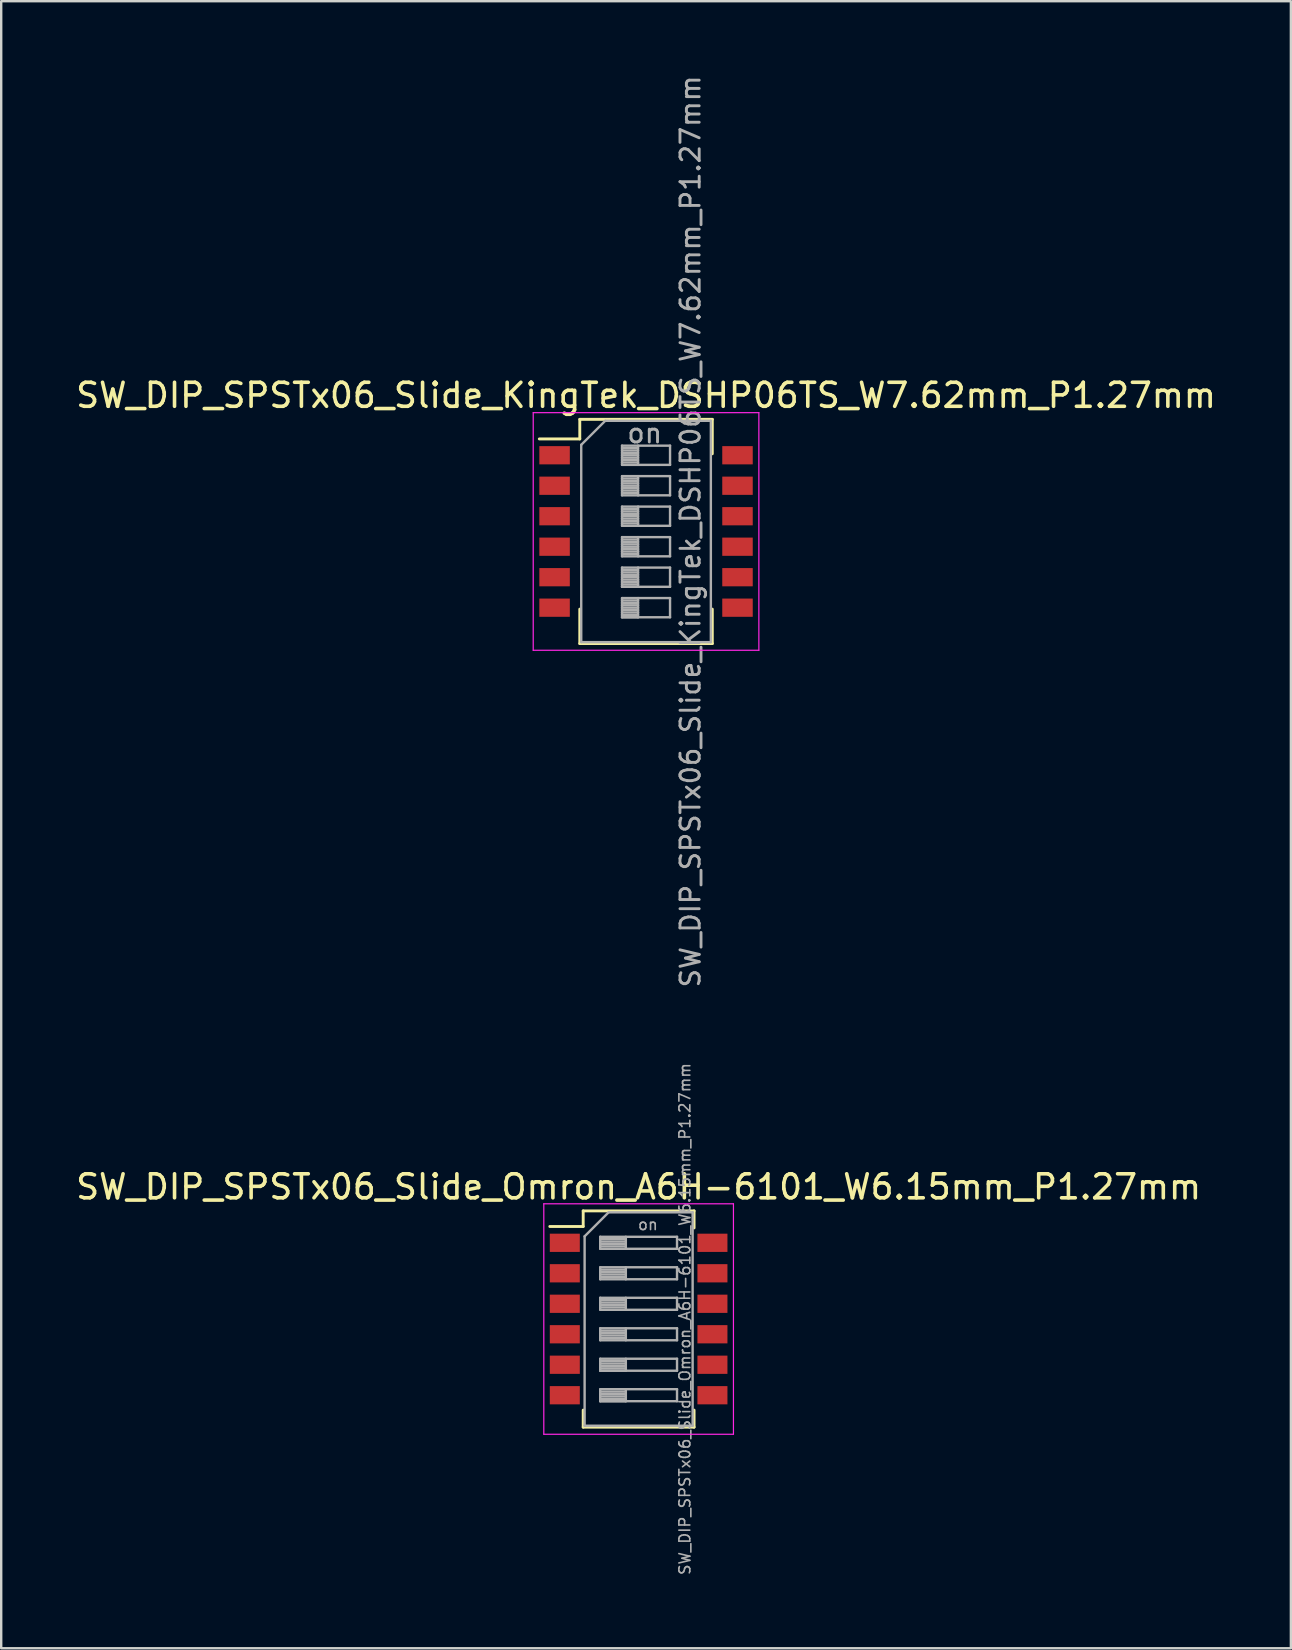
<source format=kicad_pcb>
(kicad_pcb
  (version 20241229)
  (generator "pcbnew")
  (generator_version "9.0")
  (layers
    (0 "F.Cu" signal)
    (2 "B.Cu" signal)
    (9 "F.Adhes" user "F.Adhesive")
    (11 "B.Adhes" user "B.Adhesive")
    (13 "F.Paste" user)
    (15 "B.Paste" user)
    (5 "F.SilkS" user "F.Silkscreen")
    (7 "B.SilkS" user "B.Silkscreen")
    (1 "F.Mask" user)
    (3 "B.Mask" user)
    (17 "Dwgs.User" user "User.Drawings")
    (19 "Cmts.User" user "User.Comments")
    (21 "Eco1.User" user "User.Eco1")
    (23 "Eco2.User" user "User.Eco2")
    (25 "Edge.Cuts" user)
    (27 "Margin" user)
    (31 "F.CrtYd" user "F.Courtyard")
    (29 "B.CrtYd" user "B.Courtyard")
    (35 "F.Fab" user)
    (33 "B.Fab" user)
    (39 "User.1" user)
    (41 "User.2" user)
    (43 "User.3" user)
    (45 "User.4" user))
  (footprint "SW_DIP_SPSTx06_Slide_Omron_A6H-6101_W6.15mm_P1.27mm"
    (layer "F.Cu")
    (at 23.554 51.898)
    (property "Reference" "SW_DIP_SPSTx06_Slide_Omron_A6H-6101_W6.15mm_P1.27mm" (at 0 -5.505 0) (layer "F.SilkS") (effects (font (size 1 1) (thickness 0.15))))
    (attr smd)
    (fp_line (start -3.7 -3.855) (end -2.309 -3.855) (stroke (width 0.12) (type solid)) (layer "F.SilkS"))
    (fp_line (start -2.309 -4.505) (end -2.309 -3.855) (stroke (width 0.12) (type solid)) (layer "F.SilkS"))
    (fp_line (start -2.309 -4.505) (end 2.31 -4.505) (stroke (width 0.12) (type solid)) (layer "F.SilkS"))
    (fp_line (start -2.309 3.795) (end -2.309 4.505) (stroke (width 0.12) (type solid)) (layer "F.SilkS"))
    (fp_line (start -2.309 4.505) (end 2.31 4.505) (stroke (width 0.12) (type solid)) (layer "F.SilkS"))
    (fp_line (start 2.31 -4.505) (end 2.31 -3.795) (stroke (width 0.12) (type solid)) (layer "F.SilkS"))
    (fp_line (start 2.31 3.795) (end 2.31 4.505) (stroke (width 0.12) (type solid)) (layer "F.SilkS"))
    (fp_line (start -3.95 -4.8) (end -3.95 4.8) (stroke (width 0.05) (type solid)) (layer "F.CrtYd"))
    (fp_line (start -3.95 4.8) (end 3.95 4.8) (stroke (width 0.05) (type solid)) (layer "F.CrtYd"))
    (fp_line (start 3.95 -4.8) (end -3.95 -4.8) (stroke (width 0.05) (type solid)) (layer "F.CrtYd"))
    (fp_line (start 3.95 4.8) (end 3.95 -4.8) (stroke (width 0.05) (type solid)) (layer "F.CrtYd"))
    (fp_line (start -2.25 -3.445) (end -1.25 -4.445) (stroke (width 0.1) (type solid)) (layer "F.Fab"))
    (fp_line (start -2.25 4.445) (end -2.25 -3.445) (stroke (width 0.1) (type solid)) (layer "F.Fab"))
    (fp_line (start -1.6 -3.425) (end -1.6 -2.925) (stroke (width 0.1) (type solid)) (layer "F.Fab"))
    (fp_line (start -1.6 -3.325) (end -0.533 -3.325) (stroke (width 0.1) (type solid)) (layer "F.Fab"))
    (fp_line (start -1.6 -3.225) (end -0.533 -3.225) (stroke (width 0.1) (type solid)) (layer "F.Fab"))
    (fp_line (start -1.6 -3.125) (end -0.533 -3.125) (stroke (width 0.1) (type solid)) (layer "F.Fab"))
    (fp_line (start -1.6 -3.025) (end -0.533 -3.025) (stroke (width 0.1) (type solid)) (layer "F.Fab"))
    (fp_line (start -1.6 -2.925) (end 1.6 -2.925) (stroke (width 0.1) (type solid)) (layer "F.Fab"))
    (fp_line (start -1.6 -2.155) (end -1.6 -1.655) (stroke (width 0.1) (type solid)) (layer "F.Fab"))
    (fp_line (start -1.6 -2.055) (end -0.533 -2.055) (stroke (width 0.1) (type solid)) (layer "F.Fab"))
    (fp_line (start -1.6 -1.955) (end -0.533 -1.955) (stroke (width 0.1) (type solid)) (layer "F.Fab"))
    (fp_line (start -1.6 -1.855) (end -0.533 -1.855) (stroke (width 0.1) (type solid)) (layer "F.Fab"))
    (fp_line (start -1.6 -1.755) (end -0.533 -1.755) (stroke (width 0.1) (type solid)) (layer "F.Fab"))
    (fp_line (start -1.6 -1.655) (end 1.6 -1.655) (stroke (width 0.1) (type solid)) (layer "F.Fab"))
    (fp_line (start -1.6 -0.885) (end -1.6 -0.385) (stroke (width 0.1) (type solid)) (layer "F.Fab"))
    (fp_line (start -1.6 -0.785) (end -0.533 -0.785) (stroke (width 0.1) (type solid)) (layer "F.Fab"))
    (fp_line (start -1.6 -0.685) (end -0.533 -0.685) (stroke (width 0.1) (type solid)) (layer "F.Fab"))
    (fp_line (start -1.6 -0.585) (end -0.533 -0.585) (stroke (width 0.1) (type solid)) (layer "F.Fab"))
    (fp_line (start -1.6 -0.485) (end -0.533 -0.485) (stroke (width 0.1) (type solid)) (layer "F.Fab"))
    (fp_line (start -1.6 -0.385) (end 1.6 -0.385) (stroke (width 0.1) (type solid)) (layer "F.Fab"))
    (fp_line (start -1.6 0.385) (end -1.6 0.885) (stroke (width 0.1) (type solid)) (layer "F.Fab"))
    (fp_line (start -1.6 0.485) (end -0.533 0.485) (stroke (width 0.1) (type solid)) (layer "F.Fab"))
    (fp_line (start -1.6 0.585) (end -0.533 0.585) (stroke (width 0.1) (type solid)) (layer "F.Fab"))
    (fp_line (start -1.6 0.685) (end -0.533 0.685) (stroke (width 0.1) (type solid)) (layer "F.Fab"))
    (fp_line (start -1.6 0.785) (end -0.533 0.785) (stroke (width 0.1) (type solid)) (layer "F.Fab"))
    (fp_line (start -1.6 0.885) (end 1.6 0.885) (stroke (width 0.1) (type solid)) (layer "F.Fab"))
    (fp_line (start -1.6 1.655) (end -1.6 2.155) (stroke (width 0.1) (type solid)) (layer "F.Fab"))
    (fp_line (start -1.6 1.755) (end -0.533 1.755) (stroke (width 0.1) (type solid)) (layer "F.Fab"))
    (fp_line (start -1.6 1.855) (end -0.533 1.855) (stroke (width 0.1) (type solid)) (layer "F.Fab"))
    (fp_line (start -1.6 1.955) (end -0.533 1.955) (stroke (width 0.1) (type solid)) (layer "F.Fab"))
    (fp_line (start -1.6 2.055) (end -0.533 2.055) (stroke (width 0.1) (type solid)) (layer "F.Fab"))
    (fp_line (start -1.6 2.155) (end -0.533 2.155) (stroke (width 0.1) (type solid)) (layer "F.Fab"))
    (fp_line (start -1.6 2.155) (end 1.6 2.155) (stroke (width 0.1) (type solid)) (layer "F.Fab"))
    (fp_line (start -1.6 2.925) (end -1.6 3.425) (stroke (width 0.1) (type solid)) (layer "F.Fab"))
    (fp_line (start -1.6 3.025) (end -0.533 3.025) (stroke (width 0.1) (type solid)) (layer "F.Fab"))
    (fp_line (start -1.6 3.125) (end -0.533 3.125) (stroke (width 0.1) (type solid)) (layer "F.Fab"))
    (fp_line (start -1.6 3.225) (end -0.533 3.225) (stroke (width 0.1) (type solid)) (layer "F.Fab"))
    (fp_line (start -1.6 3.325) (end -0.533 3.325) (stroke (width 0.1) (type solid)) (layer "F.Fab"))
    (fp_line (start -1.6 3.425) (end -0.533 3.425) (stroke (width 0.1) (type solid)) (layer "F.Fab"))
    (fp_line (start -1.6 3.425) (end 1.6 3.425) (stroke (width 0.1) (type solid)) (layer "F.Fab"))
    (fp_line (start -1.25 -4.445) (end 2.25 -4.445) (stroke (width 0.1) (type solid)) (layer "F.Fab"))
    (fp_line (start -0.533 -3.425) (end -0.533 -2.925) (stroke (width 0.1) (type solid)) (layer "F.Fab"))
    (fp_line (start -0.533 -2.155) (end -0.533 -1.655) (stroke (width 0.1) (type solid)) (layer "F.Fab"))
    (fp_line (start -0.533 -0.885) (end -0.533 -0.385) (stroke (width 0.1) (type solid)) (layer "F.Fab"))
    (fp_line (start -0.533 0.385) (end -0.533 0.885) (stroke (width 0.1) (type solid)) (layer "F.Fab"))
    (fp_line (start -0.533 1.655) (end -0.533 2.155) (stroke (width 0.1) (type solid)) (layer "F.Fab"))
    (fp_line (start -0.533 2.925) (end -0.533 3.425) (stroke (width 0.1) (type solid)) (layer "F.Fab"))
    (fp_line (start 1.6 -3.425) (end -1.6 -3.425) (stroke (width 0.1) (type solid)) (layer "F.Fab"))
    (fp_line (start 1.6 -2.925) (end 1.6 -3.425) (stroke (width 0.1) (type solid)) (layer "F.Fab"))
    (fp_line (start 1.6 -2.155) (end -1.6 -2.155) (stroke (width 0.1) (type solid)) (layer "F.Fab"))
    (fp_line (start 1.6 -1.655) (end 1.6 -2.155) (stroke (width 0.1) (type solid)) (layer "F.Fab"))
    (fp_line (start 1.6 -0.885) (end -1.6 -0.885) (stroke (width 0.1) (type solid)) (layer "F.Fab"))
    (fp_line (start 1.6 -0.385) (end 1.6 -0.885) (stroke (width 0.1) (type solid)) (layer "F.Fab"))
    (fp_line (start 1.6 0.385) (end -1.6 0.385) (stroke (width 0.1) (type solid)) (layer "F.Fab"))
    (fp_line (start 1.6 0.885) (end 1.6 0.385) (stroke (width 0.1) (type solid)) (layer "F.Fab"))
    (fp_line (start 1.6 1.655) (end -1.6 1.655) (stroke (width 0.1) (type solid)) (layer "F.Fab"))
    (fp_line (start 1.6 2.155) (end 1.6 1.655) (stroke (width 0.1) (type solid)) (layer "F.Fab"))
    (fp_line (start 1.6 2.925) (end -1.6 2.925) (stroke (width 0.1) (type solid)) (layer "F.Fab"))
    (fp_line (start 1.6 3.425) (end 1.6 2.925) (stroke (width 0.1) (type solid)) (layer "F.Fab"))
    (fp_line (start 2.25 -4.445) (end 2.25 4.445) (stroke (width 0.1) (type solid)) (layer "F.Fab"))
    (fp_line (start 2.25 4.445) (end -2.25 4.445) (stroke (width 0.1) (type solid)) (layer "F.Fab"))
    (fp_text user "${REFERENCE}" (at 1.925 0 90) (layer "F.Fab") (effects (font (size 0.455 0.455) (thickness 0.068))))
    (fp_text user "on" (at 0.388 -3.935 0) (layer "F.Fab") (effects (font (size 0.455 0.455) (thickness 0.068))))
    (pad "1" smd rect (at -3.075 -3.175) (size 1.25 0.76) (layers "F.Cu" "F.Mask" "F.Paste"))
    (pad "2" smd rect (at -3.075 -1.905) (size 1.25 0.76) (layers "F.Cu" "F.Mask" "F.Paste"))
    (pad "3" smd rect (at -3.075 -0.635) (size 1.25 0.76) (layers "F.Cu" "F.Mask" "F.Paste"))
    (pad "4" smd rect (at -3.075 0.635) (size 1.25 0.76) (layers "F.Cu" "F.Mask" "F.Paste"))
    (pad "5" smd rect (at -3.075 1.905) (size 1.25 0.76) (layers "F.Cu" "F.Mask" "F.Paste"))
    (pad "6" smd rect (at -3.075 3.175) (size 1.25 0.76) (layers "F.Cu" "F.Mask" "F.Paste"))
    (pad "7" smd rect (at 3.075 3.175) (size 1.25 0.76) (layers "F.Cu" "F.Mask" "F.Paste"))
    (pad "8" smd rect (at 3.075 1.905) (size 1.25 0.76) (layers "F.Cu" "F.Mask" "F.Paste"))
    (pad "9" smd rect (at 3.075 0.635) (size 1.25 0.76) (layers "F.Cu" "F.Mask" "F.Paste"))
    (pad "10" smd rect (at 3.075 -0.635) (size 1.25 0.76) (layers "F.Cu" "F.Mask" "F.Paste"))
    (pad "11" smd rect (at 3.075 -1.905) (size 1.25 0.76) (layers "F.Cu" "F.Mask" "F.Paste"))
    (pad "12" smd rect (at 3.075 -3.175) (size 1.25 0.76) (layers "F.Cu" "F.Mask" "F.Paste")))
  (footprint "SW_DIP_SPSTx06_Slide_KingTek_DSHP06TS_W7.62mm_P1.27mm"
    (layer "F.Cu")
    (at 23.863 19.09)
    (property "Reference" "SW_DIP_SPSTx06_Slide_KingTek_DSHP06TS_W7.62mm_P1.27mm" (at 0 -5.67 0) (layer "F.SilkS") (effects (font (size 1 1) (thickness 0.15))))
    (attr smd)
    (fp_line (start -4.446 -3.855) (end -2.76 -3.855) (stroke (width 0.12) (type solid)) (layer "F.SilkS"))
    (fp_line (start -2.76 -4.671) (end -2.76 -3.855) (stroke (width 0.12) (type solid)) (layer "F.SilkS"))
    (fp_line (start -2.76 -4.671) (end 2.76 -4.671) (stroke (width 0.12) (type solid)) (layer "F.SilkS"))
    (fp_line (start -2.76 3.235) (end -2.76 4.67) (stroke (width 0.12) (type solid)) (layer "F.SilkS"))
    (fp_line (start -2.76 4.67) (end 2.76 4.67) (stroke (width 0.12) (type solid)) (layer "F.SilkS"))
    (fp_line (start 2.76 -4.671) (end 2.76 -3.236) (stroke (width 0.12) (type solid)) (layer "F.SilkS"))
    (fp_line (start 2.76 3.235) (end 2.76 4.67) (stroke (width 0.12) (type solid)) (layer "F.SilkS"))
    (fp_line (start -4.7 -4.95) (end -4.7 4.95) (stroke (width 0.05) (type solid)) (layer "F.CrtYd"))
    (fp_line (start -4.7 4.95) (end 4.7 4.95) (stroke (width 0.05) (type solid)) (layer "F.CrtYd"))
    (fp_line (start 4.7 -4.95) (end -4.7 -4.95) (stroke (width 0.05) (type solid)) (layer "F.CrtYd"))
    (fp_line (start 4.7 4.95) (end 4.7 -4.95) (stroke (width 0.05) (type solid)) (layer "F.CrtYd"))
    (fp_line (start -2.7 -3.61) (end -1.7 -4.61) (stroke (width 0.1) (type solid)) (layer "F.Fab"))
    (fp_line (start -2.7 4.61) (end -2.7 -3.61) (stroke (width 0.1) (type solid)) (layer "F.Fab"))
    (fp_line (start -1.7 -4.61) (end 2.7 -4.61) (stroke (width 0.1) (type solid)) (layer "F.Fab"))
    (fp_line (start -1 -3.575) (end -1 -2.775) (stroke (width 0.1) (type solid)) (layer "F.Fab"))
    (fp_line (start -1 -3.475) (end -0.333 -3.475) (stroke (width 0.1) (type solid)) (layer "F.Fab"))
    (fp_line (start -1 -3.375) (end -0.333 -3.375) (stroke (width 0.1) (type solid)) (layer "F.Fab"))
    (fp_line (start -1 -3.275) (end -0.333 -3.275) (stroke (width 0.1) (type solid)) (layer "F.Fab"))
    (fp_line (start -1 -3.175) (end -0.333 -3.175) (stroke (width 0.1) (type solid)) (layer "F.Fab"))
    (fp_line (start -1 -3.075) (end -0.333 -3.075) (stroke (width 0.1) (type solid)) (layer "F.Fab"))
    (fp_line (start -1 -2.975) (end -0.333 -2.975) (stroke (width 0.1) (type solid)) (layer "F.Fab"))
    (fp_line (start -1 -2.875) (end -0.333 -2.875) (stroke (width 0.1) (type solid)) (layer "F.Fab"))
    (fp_line (start -1 -2.775) (end 1 -2.775) (stroke (width 0.1) (type solid)) (layer "F.Fab"))
    (fp_line (start -1 -2.305) (end -1 -1.505) (stroke (width 0.1) (type solid)) (layer "F.Fab"))
    (fp_line (start -1 -2.205) (end -0.333 -2.205) (stroke (width 0.1) (type solid)) (layer "F.Fab"))
    (fp_line (start -1 -2.105) (end -0.333 -2.105) (stroke (width 0.1) (type solid)) (layer "F.Fab"))
    (fp_line (start -1 -2.005) (end -0.333 -2.005) (stroke (width 0.1) (type solid)) (layer "F.Fab"))
    (fp_line (start -1 -1.905) (end -0.333 -1.905) (stroke (width 0.1) (type solid)) (layer "F.Fab"))
    (fp_line (start -1 -1.805) (end -0.333 -1.805) (stroke (width 0.1) (type solid)) (layer "F.Fab"))
    (fp_line (start -1 -1.705) (end -0.333 -1.705) (stroke (width 0.1) (type solid)) (layer "F.Fab"))
    (fp_line (start -1 -1.605) (end -0.333 -1.605) (stroke (width 0.1) (type solid)) (layer "F.Fab"))
    (fp_line (start -1 -1.505) (end 1 -1.505) (stroke (width 0.1) (type solid)) (layer "F.Fab"))
    (fp_line (start -1 -1.035) (end -1 -0.235) (stroke (width 0.1) (type solid)) (layer "F.Fab"))
    (fp_line (start -1 -0.935) (end -0.333 -0.935) (stroke (width 0.1) (type solid)) (layer "F.Fab"))
    (fp_line (start -1 -0.835) (end -0.333 -0.835) (stroke (width 0.1) (type solid)) (layer "F.Fab"))
    (fp_line (start -1 -0.735) (end -0.333 -0.735) (stroke (width 0.1) (type solid)) (layer "F.Fab"))
    (fp_line (start -1 -0.635) (end -0.333 -0.635) (stroke (width 0.1) (type solid)) (layer "F.Fab"))
    (fp_line (start -1 -0.535) (end -0.333 -0.535) (stroke (width 0.1) (type solid)) (layer "F.Fab"))
    (fp_line (start -1 -0.435) (end -0.333 -0.435) (stroke (width 0.1) (type solid)) (layer "F.Fab"))
    (fp_line (start -1 -0.335) (end -0.333 -0.335) (stroke (width 0.1) (type solid)) (layer "F.Fab"))
    (fp_line (start -1 -0.235) (end 1 -0.235) (stroke (width 0.1) (type solid)) (layer "F.Fab"))
    (fp_line (start -1 0.235) (end -1 1.035) (stroke (width 0.1) (type solid)) (layer "F.Fab"))
    (fp_line (start -1 0.335) (end -0.333 0.335) (stroke (width 0.1) (type solid)) (layer "F.Fab"))
    (fp_line (start -1 0.435) (end -0.333 0.435) (stroke (width 0.1) (type solid)) (layer "F.Fab"))
    (fp_line (start -1 0.535) (end -0.333 0.535) (stroke (width 0.1) (type solid)) (layer "F.Fab"))
    (fp_line (start -1 0.635) (end -0.333 0.635) (stroke (width 0.1) (type solid)) (layer "F.Fab"))
    (fp_line (start -1 0.735) (end -0.333 0.735) (stroke (width 0.1) (type solid)) (layer "F.Fab"))
    (fp_line (start -1 0.835) (end -0.333 0.835) (stroke (width 0.1) (type solid)) (layer "F.Fab"))
    (fp_line (start -1 0.935) (end -0.333 0.935) (stroke (width 0.1) (type solid)) (layer "F.Fab"))
    (fp_line (start -1 1.035) (end 1 1.035) (stroke (width 0.1) (type solid)) (layer "F.Fab"))
    (fp_line (start -1 1.505) (end -1 2.305) (stroke (width 0.1) (type solid)) (layer "F.Fab"))
    (fp_line (start -1 1.605) (end -0.333 1.605) (stroke (width 0.1) (type solid)) (layer "F.Fab"))
    (fp_line (start -1 1.705) (end -0.333 1.705) (stroke (width 0.1) (type solid)) (layer "F.Fab"))
    (fp_line (start -1 1.805) (end -0.333 1.805) (stroke (width 0.1) (type solid)) (layer "F.Fab"))
    (fp_line (start -1 1.905) (end -0.333 1.905) (stroke (width 0.1) (type solid)) (layer "F.Fab"))
    (fp_line (start -1 2.005) (end -0.333 2.005) (stroke (width 0.1) (type solid)) (layer "F.Fab"))
    (fp_line (start -1 2.105) (end -0.333 2.105) (stroke (width 0.1) (type solid)) (layer "F.Fab"))
    (fp_line (start -1 2.205) (end -0.333 2.205) (stroke (width 0.1) (type solid)) (layer "F.Fab"))
    (fp_line (start -1 2.305) (end -0.333 2.305) (stroke (width 0.1) (type solid)) (layer "F.Fab"))
    (fp_line (start -1 2.305) (end 1 2.305) (stroke (width 0.1) (type solid)) (layer "F.Fab"))
    (fp_line (start -1 2.775) (end -1 3.575) (stroke (width 0.1) (type solid)) (layer "F.Fab"))
    (fp_line (start -1 2.875) (end -0.333 2.875) (stroke (width 0.1) (type solid)) (layer "F.Fab"))
    (fp_line (start -1 2.975) (end -0.333 2.975) (stroke (width 0.1) (type solid)) (layer "F.Fab"))
    (fp_line (start -1 3.075) (end -0.333 3.075) (stroke (width 0.1) (type solid)) (layer "F.Fab"))
    (fp_line (start -1 3.175) (end -0.333 3.175) (stroke (width 0.1) (type solid)) (layer "F.Fab"))
    (fp_line (start -1 3.275) (end -0.333 3.275) (stroke (width 0.1) (type solid)) (layer "F.Fab"))
    (fp_line (start -1 3.375) (end -0.333 3.375) (stroke (width 0.1) (type solid)) (layer "F.Fab"))
    (fp_line (start -1 3.475) (end -0.333 3.475) (stroke (width 0.1) (type solid)) (layer "F.Fab"))
    (fp_line (start -1 3.575) (end -0.333 3.575) (stroke (width 0.1) (type solid)) (layer "F.Fab"))
    (fp_line (start -1 3.575) (end 1 3.575) (stroke (width 0.1) (type solid)) (layer "F.Fab"))
    (fp_line (start -0.333 -3.575) (end -0.333 -2.775) (stroke (width 0.1) (type solid)) (layer "F.Fab"))
    (fp_line (start -0.333 -2.305) (end -0.333 -1.505) (stroke (width 0.1) (type solid)) (layer "F.Fab"))
    (fp_line (start -0.333 -1.035) (end -0.333 -0.235) (stroke (width 0.1) (type solid)) (layer "F.Fab"))
    (fp_line (start -0.333 0.235) (end -0.333 1.035) (stroke (width 0.1) (type solid)) (layer "F.Fab"))
    (fp_line (start -0.333 1.505) (end -0.333 2.305) (stroke (width 0.1) (type solid)) (layer "F.Fab"))
    (fp_line (start -0.333 2.775) (end -0.333 3.575) (stroke (width 0.1) (type solid)) (layer "F.Fab"))
    (fp_line (start 1 -3.575) (end -1 -3.575) (stroke (width 0.1) (type solid)) (layer "F.Fab"))
    (fp_line (start 1 -2.775) (end 1 -3.575) (stroke (width 0.1) (type solid)) (layer "F.Fab"))
    (fp_line (start 1 -2.305) (end -1 -2.305) (stroke (width 0.1) (type solid)) (layer "F.Fab"))
    (fp_line (start 1 -1.505) (end 1 -2.305) (stroke (width 0.1) (type solid)) (layer "F.Fab"))
    (fp_line (start 1 -1.035) (end -1 -1.035) (stroke (width 0.1) (type solid)) (layer "F.Fab"))
    (fp_line (start 1 -0.235) (end 1 -1.035) (stroke (width 0.1) (type solid)) (layer "F.Fab"))
    (fp_line (start 1 0.235) (end -1 0.235) (stroke (width 0.1) (type solid)) (layer "F.Fab"))
    (fp_line (start 1 1.035) (end 1 0.235) (stroke (width 0.1) (type solid)) (layer "F.Fab"))
    (fp_line (start 1 1.505) (end -1 1.505) (stroke (width 0.1) (type solid)) (layer "F.Fab"))
    (fp_line (start 1 2.305) (end 1 1.505) (stroke (width 0.1) (type solid)) (layer "F.Fab"))
    (fp_line (start 1 2.775) (end -1 2.775) (stroke (width 0.1) (type solid)) (layer "F.Fab"))
    (fp_line (start 1 3.575) (end 1 2.775) (stroke (width 0.1) (type solid)) (layer "F.Fab"))
    (fp_line (start 2.7 -4.61) (end 2.7 4.61) (stroke (width 0.1) (type solid)) (layer "F.Fab"))
    (fp_line (start 2.7 4.61) (end -2.7 4.61) (stroke (width 0.1) (type solid)) (layer "F.Fab"))
    (fp_text user "${REFERENCE}" (at 1.85 0 90) (layer "F.Fab") (effects (font (size 0.8 0.8) (thickness 0.12))))
    (fp_text user "on" (at -0.055 -4.093 0) (layer "F.Fab") (effects (font (size 0.8 0.8) (thickness 0.12))))
    (pad "1" smd rect (at -3.81 -3.175) (size 1.27 0.76) (layers "F.Cu" "F.Mask" "F.Paste"))
    (pad "2" smd rect (at -3.81 -1.905) (size 1.27 0.76) (layers "F.Cu" "F.Mask" "F.Paste"))
    (pad "3" smd rect (at -3.81 -0.635) (size 1.27 0.76) (layers "F.Cu" "F.Mask" "F.Paste"))
    (pad "4" smd rect (at -3.81 0.635) (size 1.27 0.76) (layers "F.Cu" "F.Mask" "F.Paste"))
    (pad "5" smd rect (at -3.81 1.905) (size 1.27 0.76) (layers "F.Cu" "F.Mask" "F.Paste"))
    (pad "6" smd rect (at -3.81 3.175) (size 1.27 0.76) (layers "F.Cu" "F.Mask" "F.Paste"))
    (pad "7" smd rect (at 3.81 3.175) (size 1.27 0.76) (layers "F.Cu" "F.Mask" "F.Paste"))
    (pad "8" smd rect (at 3.81 1.905) (size 1.27 0.76) (layers "F.Cu" "F.Mask" "F.Paste"))
    (pad "9" smd rect (at 3.81 0.635) (size 1.27 0.76) (layers "F.Cu" "F.Mask" "F.Paste"))
    (pad "10" smd rect (at 3.81 -0.635) (size 1.27 0.76) (layers "F.Cu" "F.Mask" "F.Paste"))
    (pad "11" smd rect (at 3.81 -1.905) (size 1.27 0.76) (layers "F.Cu" "F.Mask" "F.Paste"))
    (pad "12" smd rect (at 3.81 -3.175) (size 1.27 0.76) (layers "F.Cu" "F.Mask" "F.Paste")))
  (gr_rect
    (start -3 -3)
    (end 50.726 65.615)
    (stroke (width 0.1) (type default))
    (fill no)
    (layer "Edge.Cuts")))
</source>
